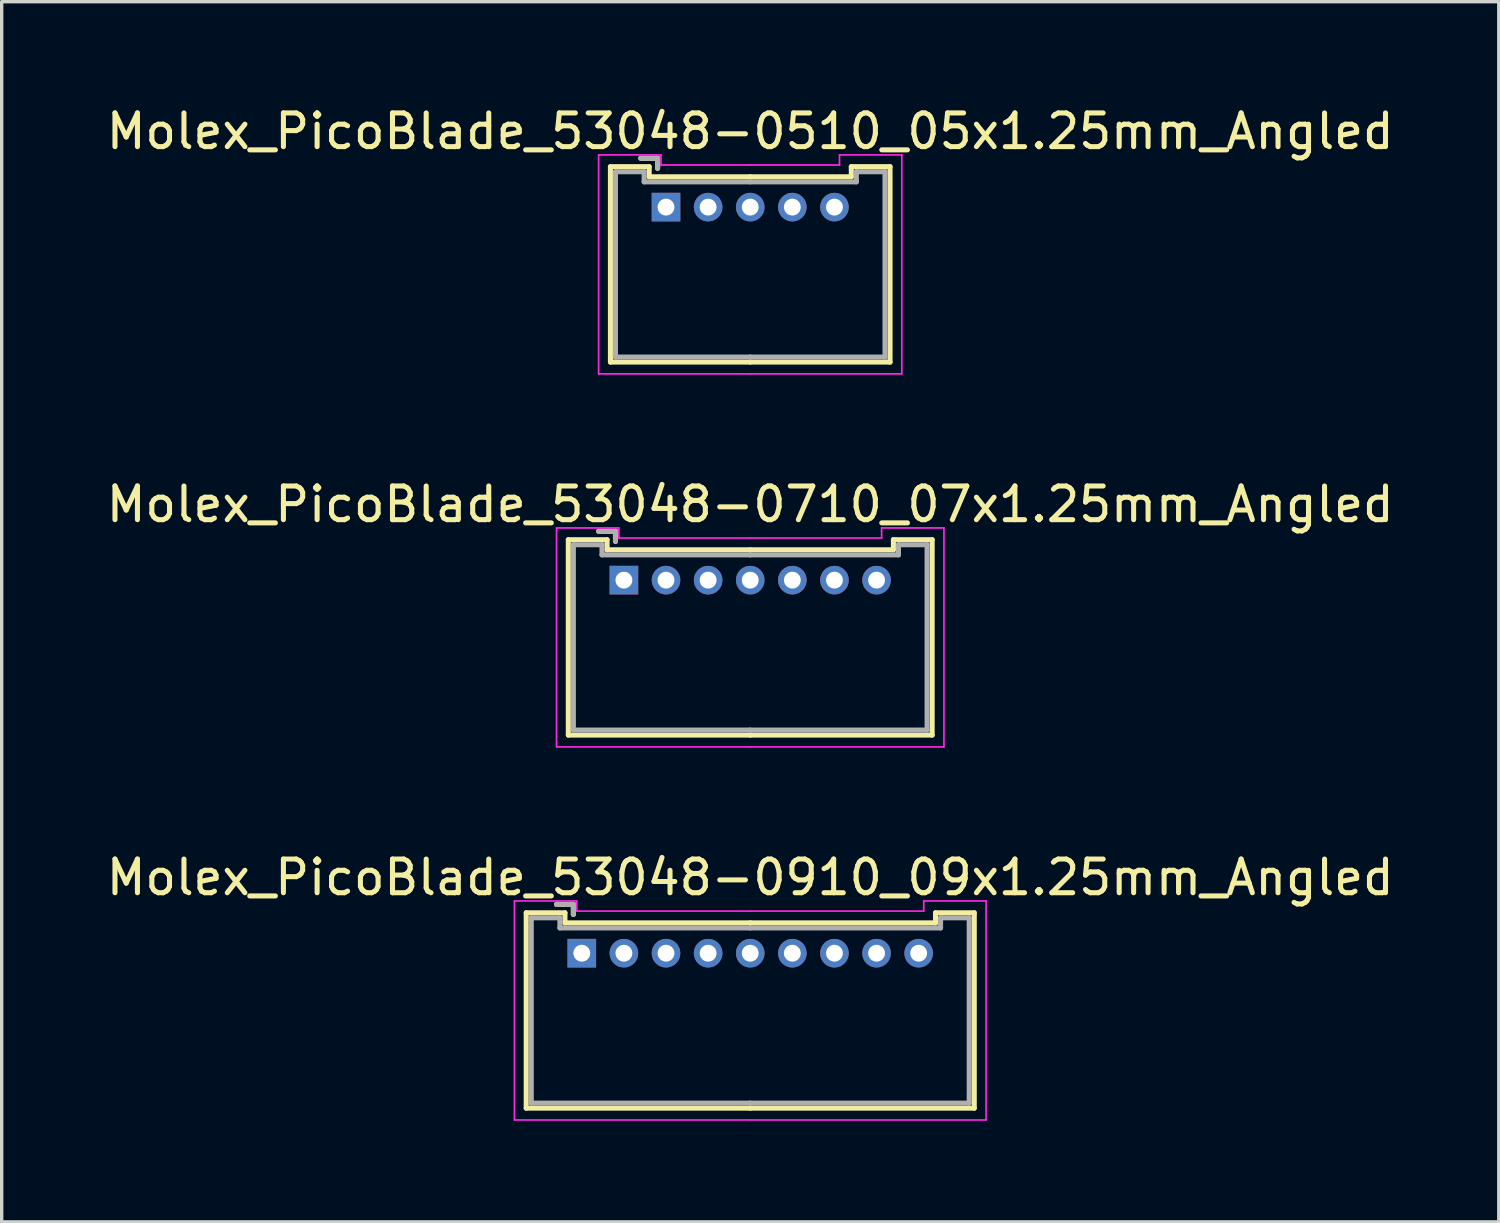
<source format=kicad_pcb>
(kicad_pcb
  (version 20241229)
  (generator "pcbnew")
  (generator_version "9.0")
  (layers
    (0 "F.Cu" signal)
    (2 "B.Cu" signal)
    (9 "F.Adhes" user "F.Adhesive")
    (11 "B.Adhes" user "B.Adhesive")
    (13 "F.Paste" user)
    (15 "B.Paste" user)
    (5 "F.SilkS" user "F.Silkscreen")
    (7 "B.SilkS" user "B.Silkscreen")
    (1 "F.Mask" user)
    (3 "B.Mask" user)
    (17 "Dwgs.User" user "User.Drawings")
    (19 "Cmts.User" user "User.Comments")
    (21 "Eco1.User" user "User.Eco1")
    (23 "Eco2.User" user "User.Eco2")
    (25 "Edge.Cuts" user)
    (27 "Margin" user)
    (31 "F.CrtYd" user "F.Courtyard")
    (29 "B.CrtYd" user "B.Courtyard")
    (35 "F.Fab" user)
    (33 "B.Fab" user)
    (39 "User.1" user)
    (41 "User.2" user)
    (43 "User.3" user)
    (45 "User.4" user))
  (footprint "Molex_PicoBlade_53048-0710_07x1.25mm_Angled"
    (layer "F.Cu")
    (at 15.47 14.171)
    (property "Reference" "Molex_PicoBlade_53048-0710_07x1.25mm_Angled" (at 3.75 -2.25 0) (layer "F.SilkS") (effects (font (size 1 1) (thickness 0.15))))
    (attr through_hole)
    (fp_line (start -1.65 -1.2) (end -1.65 4.6) (stroke (width 0.15) (type solid)) (layer "F.SilkS"))
    (fp_line (start -1.65 4.6) (end 3.75 4.6) (stroke (width 0.15) (type solid)) (layer "F.SilkS"))
    (fp_line (start -0.5 -1.2) (end -1.65 -1.2) (stroke (width 0.15) (type solid)) (layer "F.SilkS"))
    (fp_line (start -0.5 -0.9) (end -0.5 -1.2) (stroke (width 0.15) (type solid)) (layer "F.SilkS"))
    (fp_line (start -0.25 -1.45) (end -0.75 -1.45) (stroke (width 0.15) (type solid)) (layer "F.SilkS"))
    (fp_line (start -0.25 -1.15) (end -0.25 -1.45) (stroke (width 0.15) (type solid)) (layer "F.SilkS"))
    (fp_line (start 3.75 -0.9) (end -0.5 -0.9) (stroke (width 0.15) (type solid)) (layer "F.SilkS"))
    (fp_line (start 3.75 -0.9) (end 8 -0.9) (stroke (width 0.15) (type solid)) (layer "F.SilkS"))
    (fp_line (start 8 -1.2) (end 9.15 -1.2) (stroke (width 0.15) (type solid)) (layer "F.SilkS"))
    (fp_line (start 8 -0.9) (end 8 -1.2) (stroke (width 0.15) (type solid)) (layer "F.SilkS"))
    (fp_line (start 9.15 -1.2) (end 9.15 4.6) (stroke (width 0.15) (type solid)) (layer "F.SilkS"))
    (fp_line (start 9.15 4.6) (end 3.75 4.6) (stroke (width 0.15) (type solid)) (layer "F.SilkS"))
    (fp_line (start -2 -1.55) (end -2 4.95) (stroke (width 0.05) (type solid)) (layer "F.CrtYd"))
    (fp_line (start -2 4.95) (end 3.75 4.95) (stroke (width 0.05) (type solid)) (layer "F.CrtYd"))
    (fp_line (start -0.15 -1.55) (end -2 -1.55) (stroke (width 0.05) (type solid)) (layer "F.CrtYd"))
    (fp_line (start -0.15 -1.25) (end -0.15 -1.55) (stroke (width 0.05) (type solid)) (layer "F.CrtYd"))
    (fp_line (start 3.75 -1.25) (end -0.15 -1.25) (stroke (width 0.05) (type solid)) (layer "F.CrtYd"))
    (fp_line (start 3.75 -1.25) (end 7.65 -1.25) (stroke (width 0.05) (type solid)) (layer "F.CrtYd"))
    (fp_line (start 7.65 -1.55) (end 9.5 -1.55) (stroke (width 0.05) (type solid)) (layer "F.CrtYd"))
    (fp_line (start 7.65 -1.25) (end 7.65 -1.55) (stroke (width 0.05) (type solid)) (layer "F.CrtYd"))
    (fp_line (start 9.5 -1.55) (end 9.5 4.95) (stroke (width 0.05) (type solid)) (layer "F.CrtYd"))
    (fp_line (start 9.5 4.95) (end 3.75 4.95) (stroke (width 0.05) (type solid)) (layer "F.CrtYd"))
    (fp_line (start -1.5 -1.05) (end -1.5 4.45) (stroke (width 0.15) (type solid)) (layer "F.Fab"))
    (fp_line (start -1.5 4.45) (end 3.75 4.45) (stroke (width 0.15) (type solid)) (layer "F.Fab"))
    (fp_line (start -0.65 -1.05) (end -1.5 -1.05) (stroke (width 0.15) (type solid)) (layer "F.Fab"))
    (fp_line (start -0.65 -0.75) (end -0.65 -1.05) (stroke (width 0.15) (type solid)) (layer "F.Fab"))
    (fp_line (start -0.25 -1.45) (end -0.75 -1.45) (stroke (width 0.15) (type solid)) (layer "F.Fab"))
    (fp_line (start -0.25 -1.15) (end -0.25 -1.45) (stroke (width 0.15) (type solid)) (layer "F.Fab"))
    (fp_line (start 3.75 -0.75) (end -0.65 -0.75) (stroke (width 0.15) (type solid)) (layer "F.Fab"))
    (fp_line (start 3.75 -0.75) (end 8.15 -0.75) (stroke (width 0.15) (type solid)) (layer "F.Fab"))
    (fp_line (start 8.15 -1.05) (end 9 -1.05) (stroke (width 0.15) (type solid)) (layer "F.Fab"))
    (fp_line (start 8.15 -0.75) (end 8.15 -1.05) (stroke (width 0.15) (type solid)) (layer "F.Fab"))
    (fp_line (start 9 -1.05) (end 9 4.45) (stroke (width 0.15) (type solid)) (layer "F.Fab"))
    (fp_line (start 9 4.45) (end 3.75 4.45) (stroke (width 0.15) (type solid)) (layer "F.Fab"))
    (pad "1" thru_hole rect (at 0 0) (size 0.85 0.85) (drill 0.5) (layers "*.Cu" "*.Mask"))
    (pad "2" thru_hole circle (at 1.25 0) (size 0.85 0.85) (drill 0.5) (layers "*.Cu" "*.Mask"))
    (pad "3" thru_hole circle (at 2.5 0) (size 0.85 0.85) (drill 0.5) (layers "*.Cu" "*.Mask"))
    (pad "4" thru_hole circle (at 3.75 0) (size 0.85 0.85) (drill 0.5) (layers "*.Cu" "*.Mask"))
    (pad "5" thru_hole circle (at 5 0) (size 0.85 0.85) (drill 0.5) (layers "*.Cu" "*.Mask"))
    (pad "6" thru_hole circle (at 6.25 0) (size 0.85 0.85) (drill 0.5) (layers "*.Cu" "*.Mask"))
    (pad "7" thru_hole circle (at 7.5 0) (size 0.85 0.85) (drill 0.5) (layers "*.Cu" "*.Mask")))
  (footprint "Molex_PicoBlade_53048-0910_09x1.25mm_Angled"
    (layer "F.Cu")
    (at 14.22 25.245)
    (property "Reference" "Molex_PicoBlade_53048-0910_09x1.25mm_Angled" (at 5 -2.25 0) (layer "F.SilkS") (effects (font (size 1 1) (thickness 0.15))))
    (attr through_hole)
    (fp_line (start -1.65 -1.2) (end -1.65 4.6) (stroke (width 0.15) (type solid)) (layer "F.SilkS"))
    (fp_line (start -1.65 4.6) (end 5 4.6) (stroke (width 0.15) (type solid)) (layer "F.SilkS"))
    (fp_line (start -0.5 -1.2) (end -1.65 -1.2) (stroke (width 0.15) (type solid)) (layer "F.SilkS"))
    (fp_line (start -0.5 -0.9) (end -0.5 -1.2) (stroke (width 0.15) (type solid)) (layer "F.SilkS"))
    (fp_line (start -0.25 -1.45) (end -0.75 -1.45) (stroke (width 0.15) (type solid)) (layer "F.SilkS"))
    (fp_line (start -0.25 -1.15) (end -0.25 -1.45) (stroke (width 0.15) (type solid)) (layer "F.SilkS"))
    (fp_line (start 5 -0.9) (end -0.5 -0.9) (stroke (width 0.15) (type solid)) (layer "F.SilkS"))
    (fp_line (start 5 -0.9) (end 10.5 -0.9) (stroke (width 0.15) (type solid)) (layer "F.SilkS"))
    (fp_line (start 10.5 -1.2) (end 11.65 -1.2) (stroke (width 0.15) (type solid)) (layer "F.SilkS"))
    (fp_line (start 10.5 -0.9) (end 10.5 -1.2) (stroke (width 0.15) (type solid)) (layer "F.SilkS"))
    (fp_line (start 11.65 -1.2) (end 11.65 4.6) (stroke (width 0.15) (type solid)) (layer "F.SilkS"))
    (fp_line (start 11.65 4.6) (end 5 4.6) (stroke (width 0.15) (type solid)) (layer "F.SilkS"))
    (fp_line (start -2 -1.55) (end -2 4.95) (stroke (width 0.05) (type solid)) (layer "F.CrtYd"))
    (fp_line (start -2 4.95) (end 5 4.95) (stroke (width 0.05) (type solid)) (layer "F.CrtYd"))
    (fp_line (start -0.15 -1.55) (end -2 -1.55) (stroke (width 0.05) (type solid)) (layer "F.CrtYd"))
    (fp_line (start -0.15 -1.25) (end -0.15 -1.55) (stroke (width 0.05) (type solid)) (layer "F.CrtYd"))
    (fp_line (start 5 -1.25) (end -0.15 -1.25) (stroke (width 0.05) (type solid)) (layer "F.CrtYd"))
    (fp_line (start 5 -1.25) (end 10.15 -1.25) (stroke (width 0.05) (type solid)) (layer "F.CrtYd"))
    (fp_line (start 10.15 -1.55) (end 12 -1.55) (stroke (width 0.05) (type solid)) (layer "F.CrtYd"))
    (fp_line (start 10.15 -1.25) (end 10.15 -1.55) (stroke (width 0.05) (type solid)) (layer "F.CrtYd"))
    (fp_line (start 12 -1.55) (end 12 4.95) (stroke (width 0.05) (type solid)) (layer "F.CrtYd"))
    (fp_line (start 12 4.95) (end 5 4.95) (stroke (width 0.05) (type solid)) (layer "F.CrtYd"))
    (fp_line (start -1.5 -1.05) (end -1.5 4.45) (stroke (width 0.15) (type solid)) (layer "F.Fab"))
    (fp_line (start -1.5 4.45) (end 5 4.45) (stroke (width 0.15) (type solid)) (layer "F.Fab"))
    (fp_line (start -0.65 -1.05) (end -1.5 -1.05) (stroke (width 0.15) (type solid)) (layer "F.Fab"))
    (fp_line (start -0.65 -0.75) (end -0.65 -1.05) (stroke (width 0.15) (type solid)) (layer "F.Fab"))
    (fp_line (start -0.25 -1.45) (end -0.75 -1.45) (stroke (width 0.15) (type solid)) (layer "F.Fab"))
    (fp_line (start -0.25 -1.15) (end -0.25 -1.45) (stroke (width 0.15) (type solid)) (layer "F.Fab"))
    (fp_line (start 5 -0.75) (end -0.65 -0.75) (stroke (width 0.15) (type solid)) (layer "F.Fab"))
    (fp_line (start 5 -0.75) (end 10.65 -0.75) (stroke (width 0.15) (type solid)) (layer "F.Fab"))
    (fp_line (start 10.65 -1.05) (end 11.5 -1.05) (stroke (width 0.15) (type solid)) (layer "F.Fab"))
    (fp_line (start 10.65 -0.75) (end 10.65 -1.05) (stroke (width 0.15) (type solid)) (layer "F.Fab"))
    (fp_line (start 11.5 -1.05) (end 11.5 4.45) (stroke (width 0.15) (type solid)) (layer "F.Fab"))
    (fp_line (start 11.5 4.45) (end 5 4.45) (stroke (width 0.15) (type solid)) (layer "F.Fab"))
    (pad "1" thru_hole rect (at 0 0) (size 0.85 0.85) (drill 0.5) (layers "*.Cu" "*.Mask"))
    (pad "2" thru_hole circle (at 1.25 0) (size 0.85 0.85) (drill 0.5) (layers "*.Cu" "*.Mask"))
    (pad "3" thru_hole circle (at 2.5 0) (size 0.85 0.85) (drill 0.5) (layers "*.Cu" "*.Mask"))
    (pad "4" thru_hole circle (at 3.75 0) (size 0.85 0.85) (drill 0.5) (layers "*.Cu" "*.Mask"))
    (pad "5" thru_hole circle (at 5 0) (size 0.85 0.85) (drill 0.5) (layers "*.Cu" "*.Mask"))
    (pad "6" thru_hole circle (at 6.25 0) (size 0.85 0.85) (drill 0.5) (layers "*.Cu" "*.Mask"))
    (pad "7" thru_hole circle (at 7.5 0) (size 0.85 0.85) (drill 0.5) (layers "*.Cu" "*.Mask"))
    (pad "8" thru_hole circle (at 8.75 0) (size 0.85 0.85) (drill 0.5) (layers "*.Cu" "*.Mask"))
    (pad "9" thru_hole circle (at 10 0) (size 0.85 0.85) (drill 0.5) (layers "*.Cu" "*.Mask")))
  (footprint "Molex_PicoBlade_53048-0510_05x1.25mm_Angled"
    (layer "F.Cu")
    (at 16.72 3.098)
    (property "Reference" "Molex_PicoBlade_53048-0510_05x1.25mm_Angled" (at 2.5 -2.25 0) (layer "F.SilkS") (effects (font (size 1 1) (thickness 0.15))))
    (attr through_hole)
    (fp_line (start -1.65 -1.2) (end -1.65 4.6) (stroke (width 0.15) (type solid)) (layer "F.SilkS"))
    (fp_line (start -1.65 4.6) (end 2.5 4.6) (stroke (width 0.15) (type solid)) (layer "F.SilkS"))
    (fp_line (start -0.5 -1.2) (end -1.65 -1.2) (stroke (width 0.15) (type solid)) (layer "F.SilkS"))
    (fp_line (start -0.5 -0.9) (end -0.5 -1.2) (stroke (width 0.15) (type solid)) (layer "F.SilkS"))
    (fp_line (start -0.25 -1.45) (end -0.75 -1.45) (stroke (width 0.15) (type solid)) (layer "F.SilkS"))
    (fp_line (start -0.25 -1.15) (end -0.25 -1.45) (stroke (width 0.15) (type solid)) (layer "F.SilkS"))
    (fp_line (start 2.5 -0.9) (end -0.5 -0.9) (stroke (width 0.15) (type solid)) (layer "F.SilkS"))
    (fp_line (start 2.5 -0.9) (end 5.5 -0.9) (stroke (width 0.15) (type solid)) (layer "F.SilkS"))
    (fp_line (start 5.5 -1.2) (end 6.65 -1.2) (stroke (width 0.15) (type solid)) (layer "F.SilkS"))
    (fp_line (start 5.5 -0.9) (end 5.5 -1.2) (stroke (width 0.15) (type solid)) (layer "F.SilkS"))
    (fp_line (start 6.65 -1.2) (end 6.65 4.6) (stroke (width 0.15) (type solid)) (layer "F.SilkS"))
    (fp_line (start 6.65 4.6) (end 2.5 4.6) (stroke (width 0.15) (type solid)) (layer "F.SilkS"))
    (fp_line (start -2 -1.55) (end -2 4.95) (stroke (width 0.05) (type solid)) (layer "F.CrtYd"))
    (fp_line (start -2 4.95) (end 2.5 4.95) (stroke (width 0.05) (type solid)) (layer "F.CrtYd"))
    (fp_line (start -0.15 -1.55) (end -2 -1.55) (stroke (width 0.05) (type solid)) (layer "F.CrtYd"))
    (fp_line (start -0.15 -1.25) (end -0.15 -1.55) (stroke (width 0.05) (type solid)) (layer "F.CrtYd"))
    (fp_line (start 2.5 -1.25) (end -0.15 -1.25) (stroke (width 0.05) (type solid)) (layer "F.CrtYd"))
    (fp_line (start 2.5 -1.25) (end 5.15 -1.25) (stroke (width 0.05) (type solid)) (layer "F.CrtYd"))
    (fp_line (start 5.15 -1.55) (end 7 -1.55) (stroke (width 0.05) (type solid)) (layer "F.CrtYd"))
    (fp_line (start 5.15 -1.25) (end 5.15 -1.55) (stroke (width 0.05) (type solid)) (layer "F.CrtYd"))
    (fp_line (start 7 -1.55) (end 7 4.95) (stroke (width 0.05) (type solid)) (layer "F.CrtYd"))
    (fp_line (start 7 4.95) (end 2.5 4.95) (stroke (width 0.05) (type solid)) (layer "F.CrtYd"))
    (fp_line (start -1.5 -1.05) (end -1.5 4.45) (stroke (width 0.15) (type solid)) (layer "F.Fab"))
    (fp_line (start -1.5 4.45) (end 2.5 4.45) (stroke (width 0.15) (type solid)) (layer "F.Fab"))
    (fp_line (start -0.65 -1.05) (end -1.5 -1.05) (stroke (width 0.15) (type solid)) (layer "F.Fab"))
    (fp_line (start -0.65 -0.75) (end -0.65 -1.05) (stroke (width 0.15) (type solid)) (layer "F.Fab"))
    (fp_line (start -0.25 -1.45) (end -0.75 -1.45) (stroke (width 0.15) (type solid)) (layer "F.Fab"))
    (fp_line (start -0.25 -1.15) (end -0.25 -1.45) (stroke (width 0.15) (type solid)) (layer "F.Fab"))
    (fp_line (start 2.5 -0.75) (end -0.65 -0.75) (stroke (width 0.15) (type solid)) (layer "F.Fab"))
    (fp_line (start 2.5 -0.75) (end 5.65 -0.75) (stroke (width 0.15) (type solid)) (layer "F.Fab"))
    (fp_line (start 5.65 -1.05) (end 6.5 -1.05) (stroke (width 0.15) (type solid)) (layer "F.Fab"))
    (fp_line (start 5.65 -0.75) (end 5.65 -1.05) (stroke (width 0.15) (type solid)) (layer "F.Fab"))
    (fp_line (start 6.5 -1.05) (end 6.5 4.45) (stroke (width 0.15) (type solid)) (layer "F.Fab"))
    (fp_line (start 6.5 4.45) (end 2.5 4.45) (stroke (width 0.15) (type solid)) (layer "F.Fab"))
    (pad "1" thru_hole rect (at 0 0) (size 0.85 0.85) (drill 0.5) (layers "*.Cu" "*.Mask"))
    (pad "2" thru_hole circle (at 1.25 0) (size 0.85 0.85) (drill 0.5) (layers "*.Cu" "*.Mask"))
    (pad "3" thru_hole circle (at 2.5 0) (size 0.85 0.85) (drill 0.5) (layers "*.Cu" "*.Mask"))
    (pad "4" thru_hole circle (at 3.75 0) (size 0.85 0.85) (drill 0.5) (layers "*.Cu" "*.Mask"))
    (pad "5" thru_hole circle (at 5 0) (size 0.85 0.85) (drill 0.5) (layers "*.Cu" "*.Mask")))
  (gr_rect
    (start -3 -3)
    (end 41.44 33.22)
    (stroke (width 0.1) (type default))
    (fill no)
    (layer "Edge.Cuts")))
</source>
